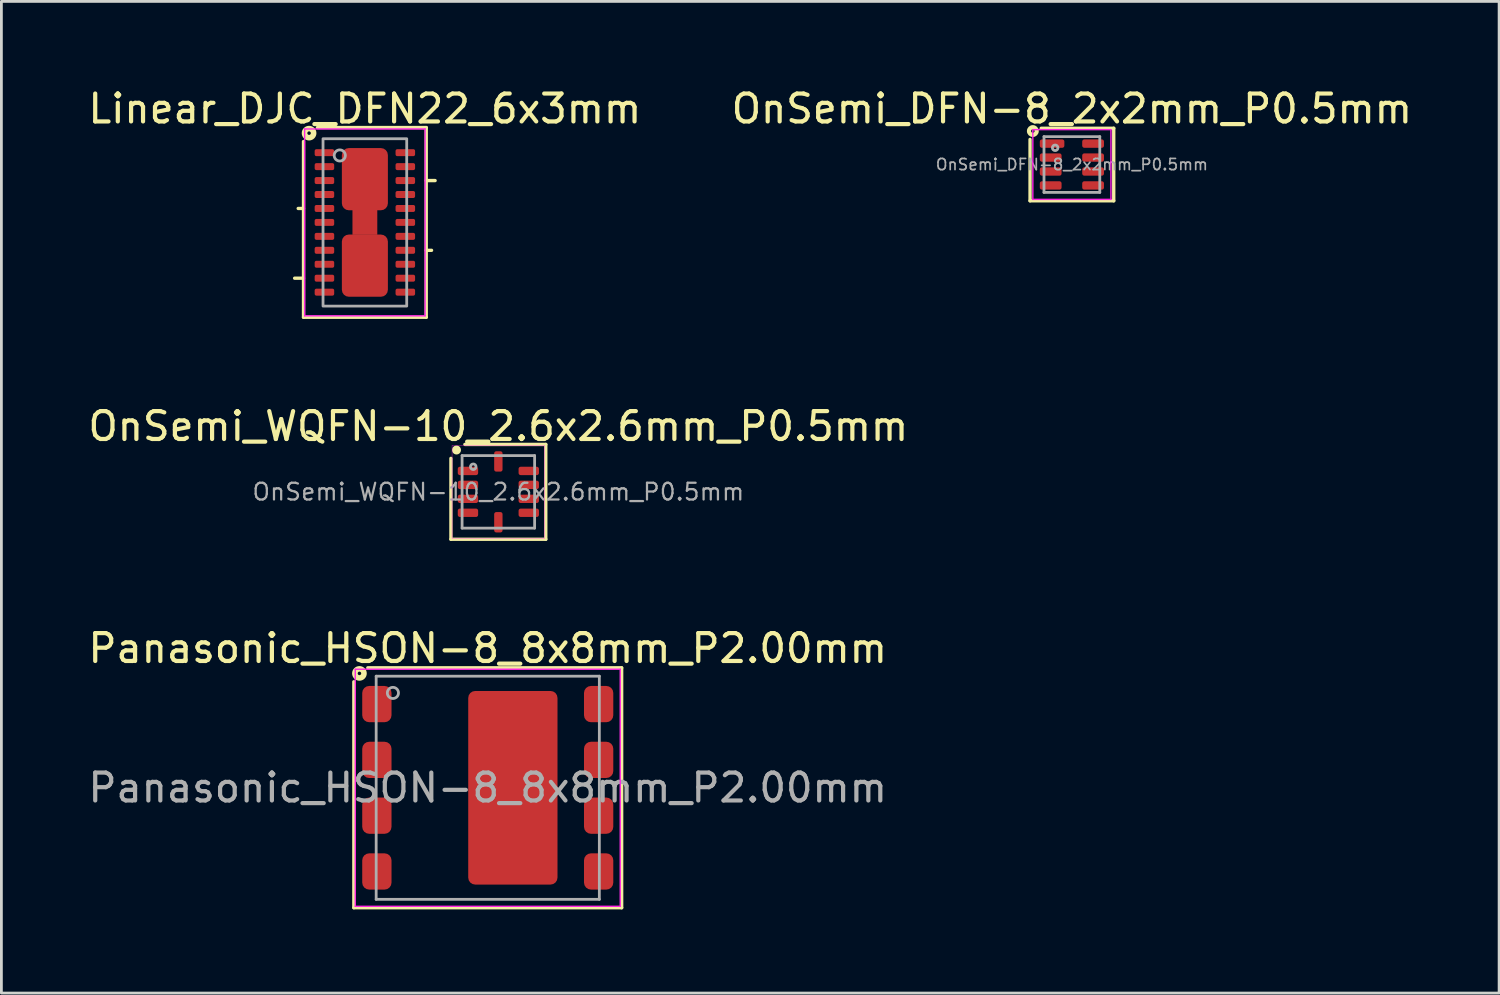
<source format=kicad_pcb>
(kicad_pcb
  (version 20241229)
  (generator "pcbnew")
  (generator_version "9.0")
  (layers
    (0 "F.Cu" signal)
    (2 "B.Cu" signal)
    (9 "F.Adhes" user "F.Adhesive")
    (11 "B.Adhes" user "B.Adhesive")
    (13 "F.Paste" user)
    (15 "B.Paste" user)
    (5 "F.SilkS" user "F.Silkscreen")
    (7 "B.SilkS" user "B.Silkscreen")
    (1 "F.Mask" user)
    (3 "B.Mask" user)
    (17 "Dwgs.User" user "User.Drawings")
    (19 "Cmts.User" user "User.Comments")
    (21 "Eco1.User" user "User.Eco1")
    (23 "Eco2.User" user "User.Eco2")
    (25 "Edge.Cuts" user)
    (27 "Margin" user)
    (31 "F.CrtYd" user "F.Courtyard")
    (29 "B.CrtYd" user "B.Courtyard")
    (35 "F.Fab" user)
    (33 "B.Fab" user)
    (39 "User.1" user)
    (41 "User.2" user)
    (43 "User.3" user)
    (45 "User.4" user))
  (footprint "OnSemi_WQFN-10_2.6x2.6mm_P0.5mm"
    (layer "F.Cu")
    (at 14.815 14.582)
    (property "Reference" "OnSemi_WQFN-10_2.6x2.6mm_P0.5mm" (at 0 -2.35 0) (unlocked yes) (layer "F.SilkS") (effects (font (size 1 1) (thickness 0.15))))
    (fp_line (start -1.7 1.7) (end -1.7 -1.2) (stroke (width 0.12) (type solid)) (layer "F.SilkS"))
    (fp_line (start -1.7 1.7) (end 1.7 1.7) (stroke (width 0.12) (type solid)) (layer "F.SilkS"))
    (fp_line (start 1.7 -1.7) (end -1.2 -1.7) (stroke (width 0.12) (type solid)) (layer "F.SilkS"))
    (fp_line (start 1.7 1.7) (end 1.7 -1.7) (stroke (width 0.12) (type solid)) (layer "F.SilkS"))
    (fp_circle (center -1.5 -1.5) (end -1.4 -1.5) (stroke (width 0.12) (type solid)) (fill yes) (layer "F.SilkS"))
    (fp_line (start -1.66 -1.66) (end -1.66 1.66) (stroke (width 0.013) (type solid)) (layer "F.CrtYd"))
    (fp_line (start -1.66 1.66) (end 1.66 1.66) (stroke (width 0.013) (type solid)) (layer "F.CrtYd"))
    (fp_line (start 1.66 -1.66) (end -1.66 -1.66) (stroke (width 0.013) (type solid)) (layer "F.CrtYd"))
    (fp_line (start 1.66 1.66) (end 1.66 -1.66) (stroke (width 0.013) (type solid)) (layer "F.CrtYd"))
    (fp_line (start -1.3 -1.3) (end 1.3 -1.3) (stroke (width 0.1) (type solid)) (layer "F.Fab"))
    (fp_line (start -1.3 1.3) (end -1.3 -1.3) (stroke (width 0.1) (type solid)) (layer "F.Fab"))
    (fp_line (start 1.3 -1.3) (end 1.3 1.3) (stroke (width 0.1) (type solid)) (layer "F.Fab"))
    (fp_line (start 1.3 1.3) (end -1.3 1.3) (stroke (width 0.1) (type solid)) (layer "F.Fab"))
    (fp_circle (center -0.9 -0.9) (end -0.8 -0.9) (stroke (width 0.1) (type solid)) (fill no) (layer "F.Fab"))
    (fp_text user "${REFERENCE}" (at 0 0 0) (layer "F.Fab") (effects (font (size 0.6 0.6) (thickness 0.08))))
    (pad "1" smd roundrect (at -1.09 -0.75) (size 0.73 0.3) (layers "F.Cu" "F.Mask" "F.Paste") (roundrect_rratio 0.25))
    (pad "2" smd roundrect (at -1.09 -0.25) (size 0.73 0.3) (layers "F.Cu" "F.Mask" "F.Paste") (roundrect_rratio 0.25))
    (pad "3" smd roundrect (at -1.09 0.25) (size 0.73 0.3) (layers "F.Cu" "F.Mask" "F.Paste") (roundrect_rratio 0.25))
    (pad "4" smd roundrect (at -1.09 0.75) (size 0.73 0.3) (layers "F.Cu" "F.Mask" "F.Paste") (roundrect_rratio 0.25))
    (pad "5" smd roundrect (at 0 1.09 90) (size 0.73 0.3) (layers "F.Cu" "F.Mask" "F.Paste") (roundrect_rratio 0.25))
    (pad "6" smd roundrect (at 1.09 0.75 180) (size 0.73 0.3) (layers "F.Cu" "F.Mask" "F.Paste") (roundrect_rratio 0.25))
    (pad "7" smd roundrect (at 1.09 0.25 180) (size 0.73 0.3) (layers "F.Cu" "F.Mask" "F.Paste") (roundrect_rratio 0.25))
    (pad "8" smd roundrect (at 1.09 -0.25 180) (size 0.73 0.3) (layers "F.Cu" "F.Mask" "F.Paste") (roundrect_rratio 0.25))
    (pad "9" smd roundrect (at 1.09 -0.75 180) (size 0.73 0.3) (layers "F.Cu" "F.Mask" "F.Paste") (roundrect_rratio 0.25))
    (pad "10" smd roundrect (at 0 -1.09 270) (size 0.73 0.3) (layers "F.Cu" "F.Mask" "F.Paste") (roundrect_rratio 0.25)))
  (footprint "OnSemi_DFN-8_2x2mm_P0.5mm"
    (layer "F.Cu")
    (at 35.375 2.848)
    (property "Reference" "OnSemi_DFN-8_2x2mm_P0.5mm" (at 0 -2 0) (layer "F.SilkS") (effects (font (size 1 1) (thickness 0.15))))
    (attr smd)
    (fp_line (start -1.5 -0.9) (end -1.5 1.3) (stroke (width 0.12) (type solid)) (layer "F.SilkS"))
    (fp_line (start -1.5 1.3) (end 1.5 1.3) (stroke (width 0.12) (type solid)) (layer "F.SilkS"))
    (fp_line (start 1.5 -1.3) (end -1.1 -1.3) (stroke (width 0.12) (type solid)) (layer "F.SilkS"))
    (fp_line (start 1.5 1.3) (end 1.5 -1.3) (stroke (width 0.12) (type solid)) (layer "F.SilkS"))
    (fp_circle (center -1.4 -1.2) (end -1.337 -1.2) (stroke (width 0.15) (type solid)) (fill no) (layer "F.SilkS"))
    (fp_line (start -1.4 -1.25) (end -1.4 1.25) (stroke (width 0.05) (type solid)) (layer "F.CrtYd"))
    (fp_line (start -1.4 -1.25) (end 1.4 -1.25) (stroke (width 0.05) (type solid)) (layer "F.CrtYd"))
    (fp_line (start -1.4 1.25) (end 1.4 1.25) (stroke (width 0.05) (type solid)) (layer "F.CrtYd"))
    (fp_line (start 1.4 -1.25) (end 1.4 1.25) (stroke (width 0.05) (type solid)) (layer "F.CrtYd"))
    (fp_line (start -1 -1) (end 1 -1) (stroke (width 0.1) (type solid)) (layer "F.Fab"))
    (fp_line (start -1 1) (end -1 -1) (stroke (width 0.1) (type solid)) (layer "F.Fab"))
    (fp_line (start 1 -1) (end 1 1) (stroke (width 0.1) (type solid)) (layer "F.Fab"))
    (fp_line (start 1 1) (end -1 1) (stroke (width 0.1) (type solid)) (layer "F.Fab"))
    (fp_circle (center -0.6 -0.6) (end -0.5 -0.6) (stroke (width 0.1) (type solid)) (fill no) (layer "F.Fab"))
    (fp_text user "${REFERENCE}" (at 0 0 0) (layer "F.Fab") (effects (font (size 0.4 0.4) (thickness 0.06))))
    (pad "1" smd roundrect (at -0.71 -0.75) (size 0.88 0.3) (layers "F.Cu" "F.Mask" "F.Paste") (roundrect_rratio 0.25))
    (pad "2" smd roundrect (at -0.76 -0.25) (size 0.78 0.3) (layers "F.Cu" "F.Mask" "F.Paste") (roundrect_rratio 0.25))
    (pad "3" smd roundrect (at -0.76 0.25) (size 0.78 0.3) (layers "F.Cu" "F.Mask" "F.Paste") (roundrect_rratio 0.25))
    (pad "4" smd roundrect (at -0.76 0.75) (size 0.78 0.3) (layers "F.Cu" "F.Mask" "F.Paste") (roundrect_rratio 0.25))
    (pad "5" smd roundrect (at 0.76 0.75) (size 0.78 0.3) (layers "F.Cu" "F.Mask" "F.Paste") (roundrect_rratio 0.25))
    (pad "6" smd roundrect (at 0.76 0.25) (size 0.78 0.3) (layers "F.Cu" "F.Mask" "F.Paste") (roundrect_rratio 0.25))
    (pad "7" smd roundrect (at 0.76 -0.25) (size 0.78 0.3) (layers "F.Cu" "F.Mask" "F.Paste") (roundrect_rratio 0.25))
    (pad "8" smd roundrect (at 0.76 -0.75) (size 0.78 0.3) (layers "F.Cu" "F.Mask" "F.Paste") (roundrect_rratio 0.25)))
  (footprint "Panasonic_HSON-8_8x8mm_P2.00mm"
    (layer "F.Cu")
    (at 14.435 25.19)
    (property "Reference" "Panasonic_HSON-8_8x8mm_P2.00mm" (at 0 -5 0) (layer "F.SilkS") (effects (font (size 1 1) (thickness 0.15))))
    (attr smd)
    (fp_line (start -4.8 -3.8) (end -4.8 4.3) (stroke (width 0.12) (type solid)) (layer "F.SilkS"))
    (fp_line (start -4.8 4.3) (end 4.8 4.3) (stroke (width 0.12) (type solid)) (layer "F.SilkS"))
    (fp_line (start 4.8 -4.3) (end -4.3 -4.3) (stroke (width 0.12) (type solid)) (layer "F.SilkS"))
    (fp_line (start 4.8 4.3) (end 4.8 -4.3) (stroke (width 0.12) (type solid)) (layer "F.SilkS"))
    (fp_circle (center -4.6 -4.1) (end -4.537 -4.1) (stroke (width 0.2) (type solid)) (fill no) (layer "F.SilkS"))
    (fp_line (start -4.75 -4.25) (end 4.75 -4.25) (stroke (width 0.05) (type solid)) (layer "F.CrtYd"))
    (fp_line (start -4.75 4.25) (end -4.75 -4.25) (stroke (width 0.05) (type solid)) (layer "F.CrtYd"))
    (fp_line (start -4.75 4.25) (end 4.75 4.25) (stroke (width 0.05) (type solid)) (layer "F.CrtYd"))
    (fp_line (start 4.75 -4.25) (end 4.75 4.25) (stroke (width 0.05) (type solid)) (layer "F.CrtYd"))
    (fp_line (start -4 -4) (end 4 -4) (stroke (width 0.1) (type solid)) (layer "F.Fab"))
    (fp_line (start -4 4) (end -4 -4) (stroke (width 0.1) (type solid)) (layer "F.Fab"))
    (fp_line (start 4 -4) (end 4 4) (stroke (width 0.1) (type solid)) (layer "F.Fab"))
    (fp_line (start 4 4) (end -4 4) (stroke (width 0.1) (type solid)) (layer "F.Fab"))
    (fp_circle (center -3.4 -3.4) (end -3.2 -3.4) (stroke (width 0.1) (type solid)) (fill no) (layer "F.Fab"))
    (fp_text user "${REFERENCE}" (at 0 0 0) (layer "F.Fab") (effects (font (size 1 1) (thickness 0.15))))
    (pad "" smd roundrect (at 0.15 -3) (size 0.9 0.9) (layers "F.Paste") (roundrect_rratio 0.25))
    (pad "" smd roundrect (at 0.15 -1.5) (size 0.9 0.9) (layers "F.Paste") (roundrect_rratio 0.25))
    (pad "" smd roundrect (at 0.15 0) (size 0.9 0.9) (layers "F.Paste") (roundrect_rratio 0.25))
    (pad "" smd roundrect (at 0.15 1.5) (size 0.9 0.9) (layers "F.Paste") (roundrect_rratio 0.25))
    (pad "" smd roundrect (at 0.15 3) (size 0.9 0.9) (layers "F.Paste") (roundrect_rratio 0.25))
    (pad "" smd roundrect (at 1.65 -3) (size 0.9 0.9) (layers "F.Paste") (roundrect_rratio 0.25))
    (pad "" smd roundrect (at 1.65 -1.5) (size 0.9 0.9) (layers "F.Paste") (roundrect_rratio 0.25))
    (pad "" smd roundrect (at 1.65 0) (size 0.9 0.9) (layers "F.Paste") (roundrect_rratio 0.25))
    (pad "" smd roundrect (at 1.65 1.5) (size 0.9 0.9) (layers "F.Paste") (roundrect_rratio 0.25))
    (pad "" smd roundrect (at 1.65 3) (size 0.9 0.9) (layers "F.Paste") (roundrect_rratio 0.25))
    (pad "1" smd roundrect (at -3.975 -3) (size 1.05 1.3) (layers "F.Cu" "F.Mask" "F.Paste") (roundrect_rratio 0.238))
    (pad "2" smd roundrect (at -3.975 -1) (size 1.05 1.3) (layers "F.Cu" "F.Mask" "F.Paste") (roundrect_rratio 0.238))
    (pad "3" smd roundrect (at -3.975 1) (size 1.05 1.3) (layers "F.Cu" "F.Mask" "F.Paste") (roundrect_rratio 0.238))
    (pad "4" smd roundrect (at -3.975 3) (size 1.05 1.3) (layers "F.Cu" "F.Mask" "F.Paste") (roundrect_rratio 0.238))
    (pad "5" smd roundrect (at 3.975 3) (size 1.05 1.3) (layers "F.Cu" "F.Mask" "F.Paste") (roundrect_rratio 0.238))
    (pad "6" smd roundrect (at 3.975 1) (size 1.05 1.3) (layers "F.Cu" "F.Mask" "F.Paste") (roundrect_rratio 0.238))
    (pad "7" smd roundrect (at 3.975 -1) (size 1.05 1.3) (layers "F.Cu" "F.Mask" "F.Paste") (roundrect_rratio 0.238))
    (pad "8" smd roundrect (at 3.975 -3) (size 1.05 1.3) (layers "F.Cu" "F.Mask" "F.Paste") (roundrect_rratio 0.238))
    (pad "9" smd roundrect (at 0.9 0) (size 3.2 6.94) (layers "F.Cu" "F.Mask") (roundrect_rratio 0.078)))
  (footprint "Linear_DJC_DFN22_6x3mm"
    (layer "F.Cu")
    (at 10.03 4.923)
    (property "Reference" "Linear_DJC_DFN22_6x3mm" (at 0 -4.075 0) (layer "F.SilkS") (effects (font (size 1 1) (thickness 0.15))))
    (attr smd)
    (fp_line (start -2.2 -0.5) (end -2.39 -0.5) (stroke (width 0.12) (type solid)) (layer "F.SilkS"))
    (fp_line (start -2.2 2) (end -2.518 2) (stroke (width 0.12) (type solid)) (layer "F.SilkS"))
    (fp_line (start -2.2 3.4) (end -2.2 -2.9) (stroke (width 0.12) (type solid)) (layer "F.SilkS"))
    (fp_line (start -1.7 -3.4) (end 2.2 -3.4) (stroke (width 0.12) (type solid)) (layer "F.SilkS"))
    (fp_line (start 2.2 -3.4) (end 2.2 3.4) (stroke (width 0.12) (type solid)) (layer "F.SilkS"))
    (fp_line (start 2.2 -1.5) (end 2.518 -1.5) (stroke (width 0.12) (type solid)) (layer "F.SilkS"))
    (fp_line (start 2.2 1) (end 2.39 1) (stroke (width 0.12) (type solid)) (layer "F.SilkS"))
    (fp_line (start 2.2 3.4) (end -2.2 3.4) (stroke (width 0.12) (type solid)) (layer "F.SilkS"))
    (fp_circle (center -2 -3.2) (end -1.937 -3.2) (stroke (width 0.2) (type solid)) (fill no) (layer "F.SilkS"))
    (fp_line (start -2.159 -3.35) (end -2.159 3.35) (stroke (width 0.05) (type solid)) (layer "F.CrtYd"))
    (fp_line (start -2.159 -3.35) (end 2.159 -3.35) (stroke (width 0.05) (type solid)) (layer "F.CrtYd"))
    (fp_line (start -2.159 3.35) (end 2.159 3.35) (stroke (width 0.05) (type solid)) (layer "F.CrtYd"))
    (fp_line (start 2.159 -3.35) (end 2.159 3.35) (stroke (width 0.05) (type solid)) (layer "F.CrtYd"))
    (fp_rect (start -1.5 -3) (end 1.5 3) (stroke (width 0.1) (type solid)) (fill no) (layer "F.Fab"))
    (fp_circle (center -0.9 -2.4) (end -0.7 -2.4) (stroke (width 0.1) (type solid)) (fill no) (layer "F.Fab"))
    (pad "" smd roundrect (at -0.425 -2.075) (size 0.6 0.9) (layers "F.Paste") (roundrect_rratio 0.25))
    (pad "" smd roundrect (at -0.425 -0.975) (size 0.6 0.9) (layers "F.Paste") (roundrect_rratio 0.25))
    (pad "" smd roundrect (at -0.425 0.975) (size 0.6 0.9) (layers "F.Paste") (roundrect_rratio 0.25))
    (pad "" smd roundrect (at -0.425 2.075) (size 0.6 0.9) (layers "F.Paste") (roundrect_rratio 0.25))
    (pad "" smd roundrect (at 0 0) (size 0.5 0.7) (layers "F.Paste") (roundrect_rratio 0.25))
    (pad "" smd roundrect (at 0.425 -2.075) (size 0.6 0.9) (layers "F.Paste") (roundrect_rratio 0.25))
    (pad "" smd roundrect (at 0.425 -0.975) (size 0.6 0.9) (layers "F.Paste") (roundrect_rratio 0.25))
    (pad "" smd roundrect (at 0.425 0.975) (size 0.6 0.9) (layers "F.Paste") (roundrect_rratio 0.25))
    (pad "" smd roundrect (at 0.425 2.075) (size 0.6 0.9) (layers "F.Paste") (roundrect_rratio 0.25))
    (pad "1" smd roundrect (at -1.45 -2.5) (size 0.7 0.25) (layers "F.Cu" "F.Mask" "F.Paste") (roundrect_rratio 0.25))
    (pad "2" smd roundrect (at -1.45 -2) (size 0.7 0.25) (layers "F.Cu" "F.Mask" "F.Paste") (roundrect_rratio 0.25))
    (pad "3" smd roundrect (at -1.45 -1.5) (size 0.7 0.25) (layers "F.Cu" "F.Mask" "F.Paste") (roundrect_rratio 0.25))
    (pad "4" smd roundrect (at -1.45 -1) (size 0.7 0.25) (layers "F.Cu" "F.Mask" "F.Paste") (roundrect_rratio 0.25))
    (pad "5" smd roundrect (at -1.45 -0.5) (size 0.7 0.25) (layers "F.Cu" "F.Mask" "F.Paste") (roundrect_rratio 0.25))
    (pad "6" smd roundrect (at -1.45 0) (size 0.7 0.25) (layers "F.Cu" "F.Mask" "F.Paste") (roundrect_rratio 0.25))
    (pad "7" smd roundrect (at -1.45 0.5) (size 0.7 0.25) (layers "F.Cu" "F.Mask" "F.Paste") (roundrect_rratio 0.25))
    (pad "8" smd roundrect (at -1.45 1) (size 0.7 0.25) (layers "F.Cu" "F.Mask" "F.Paste") (roundrect_rratio 0.25))
    (pad "9" smd roundrect (at -1.45 1.5) (size 0.7 0.25) (layers "F.Cu" "F.Mask" "F.Paste") (roundrect_rratio 0.25))
    (pad "10" smd roundrect (at -1.45 2) (size 0.7 0.25) (layers "F.Cu" "F.Mask" "F.Paste") (roundrect_rratio 0.25))
    (pad "11" smd roundrect (at -1.45 2.5) (size 0.7 0.25) (layers "F.Cu" "F.Mask" "F.Paste") (roundrect_rratio 0.25))
    (pad "12" smd roundrect (at 1.45 2.5) (size 0.7 0.25) (layers "F.Cu" "F.Mask" "F.Paste") (roundrect_rratio 0.25))
    (pad "13" smd roundrect (at 1.45 2) (size 0.7 0.25) (layers "F.Cu" "F.Mask" "F.Paste") (roundrect_rratio 0.25))
    (pad "14" smd roundrect (at 1.45 1.5) (size 0.7 0.25) (layers "F.Cu" "F.Mask" "F.Paste") (roundrect_rratio 0.25))
    (pad "15" smd roundrect (at 1.45 1) (size 0.7 0.25) (layers "F.Cu" "F.Mask" "F.Paste") (roundrect_rratio 0.25))
    (pad "16" smd roundrect (at 1.45 0.5) (size 0.7 0.25) (layers "F.Cu" "F.Mask" "F.Paste") (roundrect_rratio 0.25))
    (pad "17" smd roundrect (at 1.45 0) (size 0.7 0.25) (layers "F.Cu" "F.Mask" "F.Paste") (roundrect_rratio 0.25))
    (pad "18" smd roundrect (at 1.45 -0.5) (size 0.7 0.25) (layers "F.Cu" "F.Mask" "F.Paste") (roundrect_rratio 0.25))
    (pad "19" smd roundrect (at 1.45 -1) (size 0.7 0.25) (layers "F.Cu" "F.Mask" "F.Paste") (roundrect_rratio 0.25))
    (pad "20" smd roundrect (at 1.45 -1.5) (size 0.7 0.25) (layers "F.Cu" "F.Mask" "F.Paste") (roundrect_rratio 0.25))
    (pad "21" smd roundrect (at 1.45 -2) (size 0.7 0.25) (layers "F.Cu" "F.Mask" "F.Paste") (roundrect_rratio 0.25))
    (pad "22" smd roundrect (at 1.45 -2.5) (size 0.7 0.25) (layers "F.Cu" "F.Mask" "F.Paste") (roundrect_rratio 0.25))
    (pad "23" smd roundrect (at 0 -1.55) (size 1.65 2.23) (layers "F.Cu" "F.Mask") (roundrect_rratio 0.152))
    (pad "23" smd rect (at 0 0) (size 0.89 0.89) (layers "F.Cu" "F.Mask"))
    (pad "23" smd roundrect (at 0 1.55) (size 1.65 2.23) (layers "F.Cu" "F.Mask") (roundrect_rratio 0.152)))
  (gr_rect
    (start -3 -3)
    (end 50.69 32.55)
    (stroke (width 0.1) (type default))
    (fill no)
    (layer "Edge.Cuts")))
</source>
